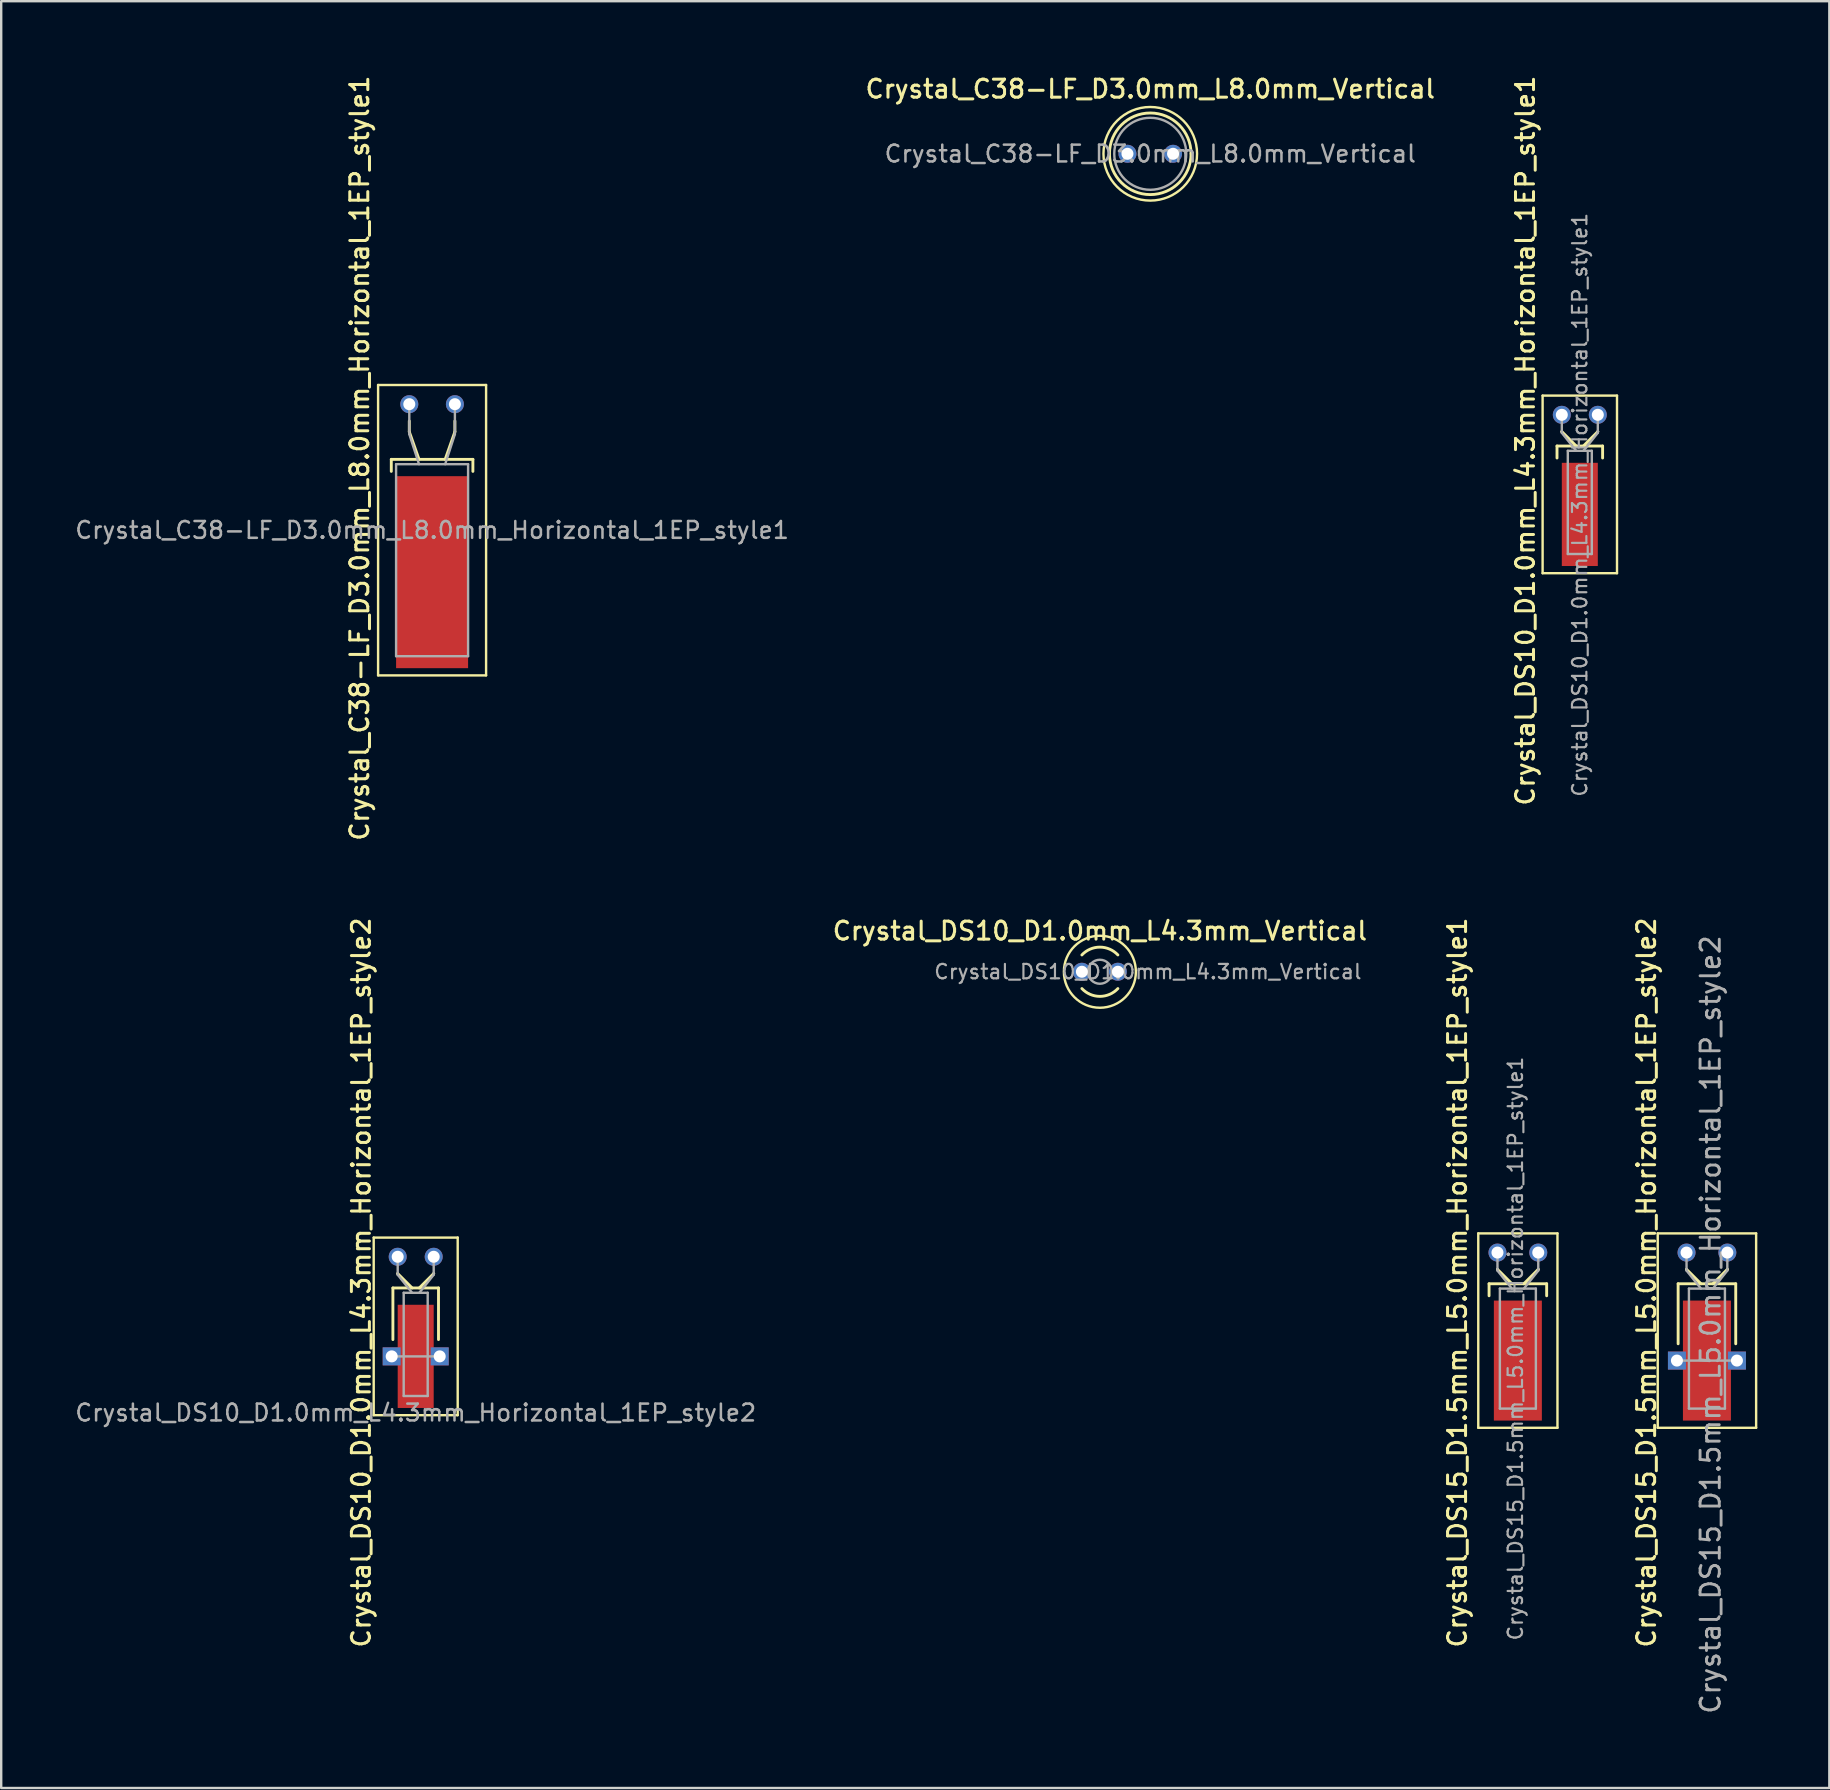
<source format=kicad_pcb>
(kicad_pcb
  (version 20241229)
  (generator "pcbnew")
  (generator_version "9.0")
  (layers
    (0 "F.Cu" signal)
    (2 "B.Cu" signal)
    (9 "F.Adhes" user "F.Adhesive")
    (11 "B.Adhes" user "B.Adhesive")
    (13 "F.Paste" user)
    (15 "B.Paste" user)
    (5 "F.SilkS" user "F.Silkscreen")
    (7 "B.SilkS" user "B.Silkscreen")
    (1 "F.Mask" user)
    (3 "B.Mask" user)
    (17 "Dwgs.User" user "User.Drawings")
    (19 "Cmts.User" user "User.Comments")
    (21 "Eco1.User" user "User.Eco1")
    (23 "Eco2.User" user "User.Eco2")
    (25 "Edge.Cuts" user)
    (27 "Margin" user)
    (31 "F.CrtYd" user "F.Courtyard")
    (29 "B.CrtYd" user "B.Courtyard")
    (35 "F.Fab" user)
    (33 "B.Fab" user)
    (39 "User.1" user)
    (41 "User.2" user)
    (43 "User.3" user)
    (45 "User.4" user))
  (footprint "Crystal_DS10_D1.0mm_L4.3mm_Vertical"
    (layer "F.Cu")
    (at 42.029 37.44)
    (property "Reference" "Crystal_DS10_D1.0mm_L4.3mm_Vertical" (at 0.75 -1.7 0) (layer "F.SilkS") (effects (font (size 0.75 0.75) (thickness 0.125))))
    (attr through_hole)
    (fp_arc (start 0 -0.7) (mid 0.749553 -1.025914) (end 1.49939 -0.700653) (stroke (width 0.12) (type solid)) (layer "F.SilkS"))
    (fp_arc (start 1.49939 0.700653) (mid 0.749553 1.025914) (end 0 0.7) (stroke (width 0.12) (type solid)) (layer "F.SilkS"))
    (fp_circle (center 0.75 0) (end 2.25 0) (stroke (width 0.1) (type solid)) (fill no) (layer "F.SilkS"))
    (fp_circle (center 0.75 0) (end 1.25 0) (stroke (width 0.1) (type solid)) (fill no) (layer "F.Fab"))
    (fp_text user "${REFERENCE}" (at 2.75 0 0) (layer "F.Fab") (effects (font (size 0.6 0.6) (thickness 0.09))))
    (pad "1" thru_hole circle (at 0 0) (size 0.75 0.75) (drill 0.5) (layers "*.Cu" "*.Mask"))
    (pad "2" thru_hole circle (at 1.5 0) (size 0.75 0.75) (drill 0.5) (layers "*.Cu" "*.Mask")))
  (footprint "Crystal_C38-LF_D3.0mm_L8.0mm_Horizontal_1EP_style1"
    (layer "F.Cu")
    (at 14.004 13.791)
    (property "Reference" "Crystal_C38-LF_D3.0mm_L8.0mm_Horizontal_1EP_style1" (at -2.07 2.25 90) (layer "F.SilkS") (effects (font (size 0.75 0.75) (thickness 0.125))))
    (attr through_hole)
    (fp_line (start -1.3 -0.8) (end -1.3 11.3) (stroke (width 0.1) (type solid)) (layer "F.SilkS"))
    (fp_line (start -1.3 11.3) (end 3.2 11.3) (stroke (width 0.1) (type solid)) (layer "F.SilkS"))
    (fp_line (start -0.75 2.3) (end 2.65 2.3) (stroke (width 0.12) (type solid)) (layer "F.SilkS"))
    (fp_line (start -0.75 2.8) (end -0.75 2.3) (stroke (width 0.12) (type solid)) (layer "F.SilkS"))
    (fp_line (start 0 1.15) (end 0 0.7) (stroke (width 0.12) (type solid)) (layer "F.SilkS"))
    (fp_line (start 0.405 2.3) (end 0 1.15) (stroke (width 0.12) (type solid)) (layer "F.SilkS"))
    (fp_line (start 1.495 2.3) (end 1.9 1.15) (stroke (width 0.12) (type solid)) (layer "F.SilkS"))
    (fp_line (start 1.9 1.15) (end 1.9 0.7) (stroke (width 0.12) (type solid)) (layer "F.SilkS"))
    (fp_line (start 2.65 2.3) (end 2.65 2.8) (stroke (width 0.12) (type solid)) (layer "F.SilkS"))
    (fp_line (start 3.2 -0.8) (end -1.3 -0.8) (stroke (width 0.1) (type solid)) (layer "F.SilkS"))
    (fp_line (start 3.2 11.3) (end 3.2 -0.8) (stroke (width 0.1) (type solid)) (layer "F.SilkS"))
    (fp_line (start -0.55 2.5) (end -0.55 10.5) (stroke (width 0.1) (type solid)) (layer "F.Fab"))
    (fp_line (start -0.55 10.5) (end 2.45 10.5) (stroke (width 0.1) (type solid)) (layer "F.Fab"))
    (fp_line (start 0 1.25) (end 0 0) (stroke (width 0.1) (type solid)) (layer "F.Fab"))
    (fp_line (start 0.405 2.5) (end 0 1.25) (stroke (width 0.1) (type solid)) (layer "F.Fab"))
    (fp_line (start 1.495 2.5) (end 1.9 1.25) (stroke (width 0.1) (type solid)) (layer "F.Fab"))
    (fp_line (start 1.9 1.25) (end 1.9 0) (stroke (width 0.1) (type solid)) (layer "F.Fab"))
    (fp_line (start 2.45 2.5) (end -0.55 2.5) (stroke (width 0.1) (type solid)) (layer "F.Fab"))
    (fp_line (start 2.45 10.5) (end 2.45 2.5) (stroke (width 0.1) (type solid)) (layer "F.Fab"))
    (fp_text user "${REFERENCE}" (at 0.95 5.25 0) (layer "F.Fab") (effects (font (size 0.7 0.7) (thickness 0.105))))
    (pad "1" thru_hole circle (at 0 0) (size 0.75 0.75) (drill 0.5) (layers "*.Cu" "*.Mask"))
    (pad "2" thru_hole circle (at 1.9 0) (size 0.75 0.75) (drill 0.5) (layers "*.Cu" "*.Mask"))
    (pad "3" smd rect (at 0.95 7) (size 3 8) (layers "F.Cu" "F.Mask" "F.Paste")))
  (footprint "Crystal_DS15_D1.5mm_L5.0mm_Horizontal_1EP_style1"
    (layer "F.Cu")
    (at 59.345 49.141)
    (property "Reference" "Crystal_DS15_D1.5mm_L5.0mm_Horizontal_1EP_style1" (at -1.67 1.25 90) (layer "F.SilkS") (effects (font (size 0.75 0.75) (thickness 0.125))))
    (attr through_hole)
    (fp_line (start -0.8 -0.8) (end -0.8 7.3) (stroke (width 0.1) (type solid)) (layer "F.SilkS"))
    (fp_line (start -0.8 7.3) (end 2.5 7.3) (stroke (width 0.1) (type solid)) (layer "F.SilkS"))
    (fp_line (start -0.35 1.3) (end 2.05 1.3) (stroke (width 0.12) (type solid)) (layer "F.SilkS"))
    (fp_line (start -0.35 1.8) (end -0.35 1.3) (stroke (width 0.12) (type solid)) (layer "F.SilkS"))
    (fp_line (start 0 0.7) (end 0 0.7) (stroke (width 0.12) (type solid)) (layer "F.SilkS"))
    (fp_line (start 0.6 1.3) (end 0 0.7) (stroke (width 0.12) (type solid)) (layer "F.SilkS"))
    (fp_line (start 1.1 1.3) (end 1.7 0.7) (stroke (width 0.12) (type solid)) (layer "F.SilkS"))
    (fp_line (start 1.7 0.7) (end 1.7 0.7) (stroke (width 0.12) (type solid)) (layer "F.SilkS"))
    (fp_line (start 2.05 1.3) (end 2.05 1.8) (stroke (width 0.12) (type solid)) (layer "F.SilkS"))
    (fp_line (start 2.5 -0.8) (end -0.8 -0.8) (stroke (width 0.1) (type solid)) (layer "F.SilkS"))
    (fp_line (start 2.5 7.3) (end 2.5 -0.8) (stroke (width 0.1) (type solid)) (layer "F.SilkS"))
    (fp_line (start 0 0.75) (end 0 0) (stroke (width 0.1) (type solid)) (layer "F.Fab"))
    (fp_line (start 0.1 1.5) (end 0.1 6.5) (stroke (width 0.1) (type solid)) (layer "F.Fab"))
    (fp_line (start 0.1 6.5) (end 1.6 6.5) (stroke (width 0.1) (type solid)) (layer "F.Fab"))
    (fp_line (start 0.6 1.5) (end 0 0.75) (stroke (width 0.1) (type solid)) (layer "F.Fab"))
    (fp_line (start 1.1 1.5) (end 1.7 0.75) (stroke (width 0.1) (type solid)) (layer "F.Fab"))
    (fp_line (start 1.6 1.5) (end 0.1 1.5) (stroke (width 0.1) (type solid)) (layer "F.Fab"))
    (fp_line (start 1.6 6.5) (end 1.6 1.5) (stroke (width 0.1) (type solid)) (layer "F.Fab"))
    (fp_line (start 1.7 0.75) (end 1.7 0) (stroke (width 0.1) (type solid)) (layer "F.Fab"))
    (fp_text user "${REFERENCE}" (at 0.75 4 90) (layer "F.Fab") (effects (font (size 0.6 0.6) (thickness 0.09))))
    (pad "1" thru_hole circle (at 0 0) (size 0.75 0.75) (drill 0.5) (layers "*.Cu" "*.Mask"))
    (pad "2" thru_hole circle (at 1.7 0) (size 0.75 0.75) (drill 0.5) (layers "*.Cu" "*.Mask"))
    (pad "3" smd rect (at 0.85 4.5) (size 2 5) (layers "F.Cu" "F.Mask" "F.Paste")))
  (footprint "Crystal_DS10_D1.0mm_L4.3mm_Horizontal_1EP_style1"
    (layer "F.Cu")
    (at 62.026 14.234)
    (property "Reference" "Crystal_DS10_D1.0mm_L4.3mm_Horizontal_1EP_style1" (at -1.52 1.075 90) (layer "F.SilkS") (effects (font (size 0.75 0.75) (thickness 0.125))))
    (attr through_hole)
    (fp_line (start -0.8 -0.8) (end -0.8 6.6) (stroke (width 0.1) (type solid)) (layer "F.SilkS"))
    (fp_line (start -0.8 6.6) (end 2.3 6.6) (stroke (width 0.1) (type solid)) (layer "F.SilkS"))
    (fp_line (start -0.2 1.3) (end 1.7 1.3) (stroke (width 0.12) (type solid)) (layer "F.SilkS"))
    (fp_line (start -0.2 1.8) (end -0.2 1.3) (stroke (width 0.12) (type solid)) (layer "F.SilkS"))
    (fp_line (start 0 0.7) (end 0 0.7) (stroke (width 0.12) (type solid)) (layer "F.SilkS"))
    (fp_line (start 0.6 1.3) (end 0 0.7) (stroke (width 0.12) (type solid)) (layer "F.SilkS"))
    (fp_line (start 0.9 1.3) (end 1.5 0.7) (stroke (width 0.12) (type solid)) (layer "F.SilkS"))
    (fp_line (start 1.5 0.7) (end 1.5 0.7) (stroke (width 0.12) (type solid)) (layer "F.SilkS"))
    (fp_line (start 1.7 1.3) (end 1.7 1.8) (stroke (width 0.12) (type solid)) (layer "F.SilkS"))
    (fp_line (start 2.3 -0.8) (end -0.8 -0.8) (stroke (width 0.1) (type solid)) (layer "F.SilkS"))
    (fp_line (start 2.3 6.6) (end 2.3 -0.8) (stroke (width 0.1) (type solid)) (layer "F.SilkS"))
    (fp_line (start 0 0.75) (end 0 0) (stroke (width 0.1) (type solid)) (layer "F.Fab"))
    (fp_line (start 0.25 1.5) (end 0.25 5.8) (stroke (width 0.1) (type solid)) (layer "F.Fab"))
    (fp_line (start 0.25 5.8) (end 1.25 5.8) (stroke (width 0.1) (type solid)) (layer "F.Fab"))
    (fp_line (start 0.6 1.5) (end 0 0.75) (stroke (width 0.1) (type solid)) (layer "F.Fab"))
    (fp_line (start 0.9 1.5) (end 1.5 0.75) (stroke (width 0.1) (type solid)) (layer "F.Fab"))
    (fp_line (start 1.25 1.5) (end 0.25 1.5) (stroke (width 0.1) (type solid)) (layer "F.Fab"))
    (fp_line (start 1.25 5.8) (end 1.25 1.5) (stroke (width 0.1) (type solid)) (layer "F.Fab"))
    (fp_line (start 1.5 0.75) (end 1.5 0) (stroke (width 0.1) (type solid)) (layer "F.Fab"))
    (fp_text user "${REFERENCE}" (at 0.75 3.75 90) (layer "F.Fab") (effects (font (size 0.6 0.6) (thickness 0.09))))
    (pad "1" thru_hole circle (at 0 0) (size 0.75 0.75) (drill 0.5) (layers "*.Cu" "*.Mask"))
    (pad "2" thru_hole circle (at 1.5 0) (size 0.75 0.75) (drill 0.5) (layers "*.Cu" "*.Mask"))
    (pad "3" smd rect (at 0.75 4.15) (size 1.5 4.3) (layers "F.Cu" "F.Mask" "F.Paste")))
  (footprint "Crystal_DS15_D1.5mm_L5.0mm_Horizontal_1EP_style2"
    (layer "F.Cu")
    (at 67.223 49.141)
    (property "Reference" "Crystal_DS15_D1.5mm_L5.0mm_Horizontal_1EP_style2" (at -1.67 1.25 90) (layer "F.SilkS") (effects (font (size 0.75 0.75) (thickness 0.125))))
    (attr through_hole)
    (fp_line (start -1.2 -0.8) (end -1.2 7.3) (stroke (width 0.1) (type solid)) (layer "F.SilkS"))
    (fp_line (start -1.2 7.3) (end 2.9 7.3) (stroke (width 0.1) (type solid)) (layer "F.SilkS"))
    (fp_line (start -0.35 1.3) (end 2.05 1.3) (stroke (width 0.12) (type solid)) (layer "F.SilkS"))
    (fp_line (start -0.35 3.8) (end -0.35 1.3) (stroke (width 0.12) (type solid)) (layer "F.SilkS"))
    (fp_line (start 0 0.7) (end 0 0.7) (stroke (width 0.12) (type solid)) (layer "F.SilkS"))
    (fp_line (start 0.6 1.3) (end 0 0.7) (stroke (width 0.12) (type solid)) (layer "F.SilkS"))
    (fp_line (start 1.1 1.3) (end 1.7 0.7) (stroke (width 0.12) (type solid)) (layer "F.SilkS"))
    (fp_line (start 1.7 0.7) (end 1.7 0.7) (stroke (width 0.12) (type solid)) (layer "F.SilkS"))
    (fp_line (start 2.05 1.3) (end 2.05 3.8) (stroke (width 0.12) (type solid)) (layer "F.SilkS"))
    (fp_line (start 2.9 -0.8) (end -1.2 -0.8) (stroke (width 0.1) (type solid)) (layer "F.SilkS"))
    (fp_line (start 2.9 7.3) (end 2.9 -0.8) (stroke (width 0.1) (type solid)) (layer "F.SilkS"))
    (fp_line (start -0.4 4.5) (end 2.1 4.5) (stroke (width 0.1) (type solid)) (layer "F.Fab"))
    (fp_line (start 0 0.75) (end 0 0) (stroke (width 0.1) (type solid)) (layer "F.Fab"))
    (fp_line (start 0.1 1.5) (end 0.1 6.5) (stroke (width 0.1) (type solid)) (layer "F.Fab"))
    (fp_line (start 0.1 6.5) (end 1.6 6.5) (stroke (width 0.1) (type solid)) (layer "F.Fab"))
    (fp_line (start 0.6 1.5) (end 0 0.75) (stroke (width 0.1) (type solid)) (layer "F.Fab"))
    (fp_line (start 1.1 1.5) (end 1.7 0.75) (stroke (width 0.1) (type solid)) (layer "F.Fab"))
    (fp_line (start 1.6 1.5) (end 0.1 1.5) (stroke (width 0.1) (type solid)) (layer "F.Fab"))
    (fp_line (start 1.6 6.5) (end 1.6 1.5) (stroke (width 0.1) (type solid)) (layer "F.Fab"))
    (fp_line (start 1.7 0.75) (end 1.7 0) (stroke (width 0.1) (type solid)) (layer "F.Fab"))
    (fp_text user "${REFERENCE}" (at 1 3 90) (layer "F.Fab") (effects (font (size 0.8 0.8) (thickness 0.12))))
    (pad "1" thru_hole circle (at 0 0) (size 0.75 0.75) (drill 0.5) (layers "*.Cu" "*.Mask"))
    (pad "2" thru_hole circle (at 1.7 0) (size 0.75 0.75) (drill 0.5) (layers "*.Cu" "*.Mask"))
    (pad "3" thru_hole rect (at -0.4 4.5) (size 0.75 0.75) (drill 0.5) (layers "*.Cu" "*.Mask"))
    (pad "3" smd rect (at 0.85 4.5) (size 2 5) (layers "F.Cu" "F.Mask" "F.Paste"))
    (pad "3" thru_hole rect (at 2.1 4.5) (size 0.75 0.75) (drill 0.5) (layers "*.Cu" "*.Mask")))
  (footprint "Crystal_DS10_D1.0mm_L4.3mm_Horizontal_1EP_style2"
    (layer "F.Cu")
    (at 13.521 49.316)
    (property "Reference" "Crystal_DS10_D1.0mm_L4.3mm_Horizontal_1EP_style2" (at -1.52 1.075 90) (layer "F.SilkS") (effects (font (size 0.75 0.75) (thickness 0.125))))
    (attr through_hole)
    (fp_line (start -1 -0.8) (end -1 6.6) (stroke (width 0.1) (type solid)) (layer "F.SilkS"))
    (fp_line (start -1 6.6) (end 2.5 6.6) (stroke (width 0.1) (type solid)) (layer "F.SilkS"))
    (fp_line (start -0.2 1.3) (end 1.7 1.3) (stroke (width 0.12) (type solid)) (layer "F.SilkS"))
    (fp_line (start -0.2 3.45) (end -0.2 1.3) (stroke (width 0.12) (type solid)) (layer "F.SilkS"))
    (fp_line (start 0 0.7) (end 0 0.7) (stroke (width 0.12) (type solid)) (layer "F.SilkS"))
    (fp_line (start 0.6 1.3) (end 0 0.7) (stroke (width 0.12) (type solid)) (layer "F.SilkS"))
    (fp_line (start 0.9 1.3) (end 1.5 0.7) (stroke (width 0.12) (type solid)) (layer "F.SilkS"))
    (fp_line (start 1.5 0.7) (end 1.5 0.7) (stroke (width 0.12) (type solid)) (layer "F.SilkS"))
    (fp_line (start 1.7 1.3) (end 1.7 3.45) (stroke (width 0.12) (type solid)) (layer "F.SilkS"))
    (fp_line (start 2.5 -0.8) (end -1 -0.8) (stroke (width 0.1) (type solid)) (layer "F.SilkS"))
    (fp_line (start 2.5 6.6) (end 2.5 -0.8) (stroke (width 0.1) (type solid)) (layer "F.SilkS"))
    (fp_line (start -0.25 4.15) (end 1.75 4.15) (stroke (width 0.1) (type solid)) (layer "F.Fab"))
    (fp_line (start 0 0.75) (end 0 0) (stroke (width 0.1) (type solid)) (layer "F.Fab"))
    (fp_line (start 0.25 1.5) (end 0.25 5.8) (stroke (width 0.1) (type solid)) (layer "F.Fab"))
    (fp_line (start 0.25 5.8) (end 1.25 5.8) (stroke (width 0.1) (type solid)) (layer "F.Fab"))
    (fp_line (start 0.6 1.5) (end 0 0.75) (stroke (width 0.1) (type solid)) (layer "F.Fab"))
    (fp_line (start 0.9 1.5) (end 1.5 0.75) (stroke (width 0.1) (type solid)) (layer "F.Fab"))
    (fp_line (start 1.25 1.5) (end 0.25 1.5) (stroke (width 0.1) (type solid)) (layer "F.Fab"))
    (fp_line (start 1.25 5.8) (end 1.25 1.5) (stroke (width 0.1) (type solid)) (layer "F.Fab"))
    (fp_line (start 1.5 0.75) (end 1.5 0) (stroke (width 0.1) (type solid)) (layer "F.Fab"))
    (fp_text user "${REFERENCE}" (at 0.75 6.5 180) (layer "F.Fab") (effects (font (size 0.7 0.7) (thickness 0.105))))
    (pad "1" thru_hole circle (at 0 0) (size 0.75 0.75) (drill 0.5) (layers "*.Cu" "*.Mask"))
    (pad "2" thru_hole circle (at 1.5 0) (size 0.75 0.75) (drill 0.5) (layers "*.Cu" "*.Mask"))
    (pad "3" thru_hole rect (at -0.25 4.15) (size 0.75 0.75) (drill 0.5) (layers "*.Cu" "*.Mask"))
    (pad "3" smd rect (at 0.75 4.15) (size 1.5 4.3) (layers "F.Cu" "F.Mask" "F.Paste"))
    (pad "3" thru_hole rect (at 1.75 4.15) (size 0.75 0.75) (drill 0.5) (layers "*.Cu" "*.Mask")))
  (footprint "Crystal_C38-LF_D3.0mm_L8.0mm_Vertical"
    (layer "F.Cu")
    (at 43.928 3.358)
    (property "Reference" "Crystal_C38-LF_D3.0mm_L8.0mm_Vertical" (at 0.95 -2.7 0) (layer "F.SilkS") (effects (font (size 0.75 0.75) (thickness 0.125))))
    (attr through_hole)
    (fp_arc (start -0.75 0) (mid 0.95 -1.7) (end 2.65 0) (stroke (width 0.12) (type solid)) (layer "F.SilkS"))
    (fp_arc (start 2.65 0) (mid 0.95 1.7) (end -0.75 0) (stroke (width 0.12) (type solid)) (layer "F.SilkS"))
    (fp_circle (center 0.95 0) (end 2.9 0) (stroke (width 0.1) (type solid)) (fill no) (layer "F.SilkS"))
    (fp_circle (center 0.95 0) (end 2.45 0) (stroke (width 0.1) (type solid)) (fill no) (layer "F.Fab"))
    (fp_text user "${REFERENCE}" (at 0.95 0 0) (layer "F.Fab") (effects (font (size 0.7 0.7) (thickness 0.105))))
    (pad "1" thru_hole circle (at 0 0) (size 0.75 0.75) (drill 0.5) (layers "*.Cu" "*.Mask"))
    (pad "2" thru_hole circle (at 1.9 0) (size 0.75 0.75) (drill 0.5) (layers "*.Cu" "*.Mask")))
  (gr_rect
    (start -3 -3)
    (end 73.173 71.451)
    (stroke (width 0.1) (type default))
    (fill no)
    (layer "Edge.Cuts")))
</source>
